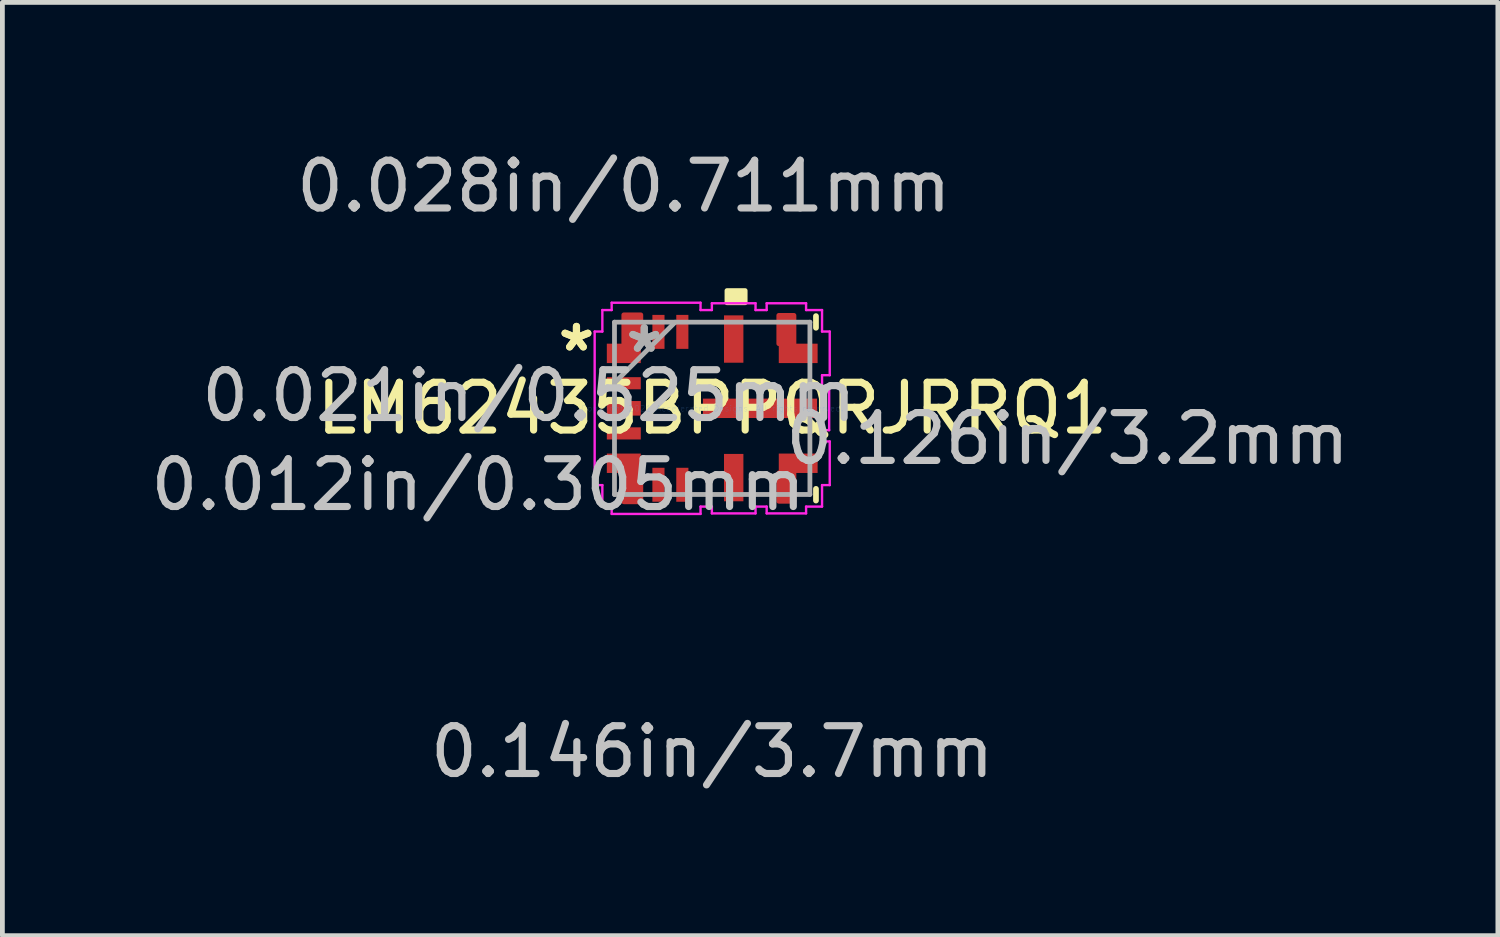
<source format=kicad_pcb>
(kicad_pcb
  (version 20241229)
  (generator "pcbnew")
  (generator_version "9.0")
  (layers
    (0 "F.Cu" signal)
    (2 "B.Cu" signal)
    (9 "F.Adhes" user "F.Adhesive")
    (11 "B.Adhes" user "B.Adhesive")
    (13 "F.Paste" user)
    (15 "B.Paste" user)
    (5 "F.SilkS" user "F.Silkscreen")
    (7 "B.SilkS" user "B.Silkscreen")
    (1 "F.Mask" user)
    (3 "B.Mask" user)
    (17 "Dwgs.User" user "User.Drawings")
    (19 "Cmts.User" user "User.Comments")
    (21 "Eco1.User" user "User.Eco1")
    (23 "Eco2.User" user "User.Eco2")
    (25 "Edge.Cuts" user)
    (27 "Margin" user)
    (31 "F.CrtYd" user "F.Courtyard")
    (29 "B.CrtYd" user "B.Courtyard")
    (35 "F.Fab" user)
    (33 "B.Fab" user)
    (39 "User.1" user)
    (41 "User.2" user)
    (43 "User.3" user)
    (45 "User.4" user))
  (footprint "LM62435BPPQRJRRQ1"
    (layer "F.Cu")
    (at 11.856 5.496)
    (property "Reference" "LM62435BPPQRJRRQ1" (at 0 0 0) (layer "F.SilkS") (effects (font (size 1 1) (thickness 0.15))))
    (attr through_hole)
    (fp_poly (pts (xy -1.494 -1.353) (xy -1.494 -1.956) (xy -1.85 -1.956) (xy -1.85 -1.353)) (stroke (width 0.1) (type solid)) (fill yes) (layer "F.Cu"))
    (fp_poly (pts (xy -1.494 1.353) (xy -1.494 1.956) (xy -1.85 1.956) (xy -1.85 1.353)) (stroke (width 0.1) (type solid)) (fill yes) (layer "F.Cu"))
    (fp_poly (pts (xy 1.394 -1.353) (xy 1.394 -1.945) (xy 1.711 -1.945) (xy 1.711 -1.353)) (stroke (width 0.1) (type solid)) (fill yes) (layer "F.Cu"))
    (fp_poly (pts (xy 1.394 1.353) (xy 1.394 1.945) (xy 1.711 1.945) (xy 1.711 1.353)) (stroke (width 0.1) (type solid)) (fill yes) (layer "F.Cu"))
    (fp_poly (pts (xy -1.494 -1.353) (xy -1.494 -1.956) (xy -1.85 -1.956) (xy -1.85 -1.353)) (stroke (width 0.1) (type solid)) (fill yes) (layer "F.Mask"))
    (fp_poly (pts (xy -1.494 1.353) (xy -1.494 1.956) (xy -1.85 1.956) (xy -1.85 1.353)) (stroke (width 0.1) (type solid)) (fill yes) (layer "F.Mask"))
    (fp_poly (pts (xy 1.394 -1.353) (xy 1.394 -1.945) (xy 1.711 -1.945) (xy 1.711 -1.353)) (stroke (width 0.1) (type solid)) (fill yes) (layer "F.Mask"))
    (fp_poly (pts (xy 1.394 1.353) (xy 1.394 1.945) (xy 1.711 1.945) (xy 1.711 1.353)) (stroke (width 0.1) (type solid)) (fill yes) (layer "F.Mask"))
    (fp_line (start 2.172 -1.93) (end 2.172 -1.686) (stroke (width 0.12) (type solid)) (layer "F.SilkS"))
    (fp_line (start 2.172 1.686) (end 2.172 1.93) (stroke (width 0.12) (type solid)) (layer "F.SilkS"))
    (fp_poly (pts (xy 0.309 -2.21) (xy 0.309 -2.464) (xy 0.69 -2.464) (xy 0.69 -2.21)) (stroke (width 0.1) (type solid)) (fill yes) (layer "F.SilkS"))
    (fp_poly (pts (xy -1.494 -1.353) (xy -1.494 -1.956) (xy -1.85 -1.956) (xy -1.85 -1.353)) (stroke (width 0.1) (type solid)) (fill yes) (layer "F.Paste"))
    (fp_poly (pts (xy -1.494 1.353) (xy -1.494 1.956) (xy -1.85 1.956) (xy -1.85 1.353)) (stroke (width 0.1) (type solid)) (fill yes) (layer "F.Paste"))
    (fp_poly (pts (xy 1.394 -1.353) (xy 1.394 -1.945) (xy 1.711 -1.945) (xy 1.711 -1.353)) (stroke (width 0.1) (type solid)) (fill yes) (layer "F.Paste"))
    (fp_poly (pts (xy 1.394 1.353) (xy 1.394 1.945) (xy 1.711 1.945) (xy 1.711 1.353)) (stroke (width 0.1) (type solid)) (fill yes) (layer "F.Paste"))
    (fp_line (start -2.46 -1.607) (end -2.46 1.607) (stroke (width 0.05) (type solid)) (layer "F.CrtYd"))
    (fp_line (start -2.46 1.607) (end -2.299 1.607) (stroke (width 0.05) (type solid)) (layer "F.CrtYd"))
    (fp_line (start -2.299 -2.057) (end -2.299 -1.607) (stroke (width 0.05) (type solid)) (layer "F.CrtYd"))
    (fp_line (start -2.299 -1.607) (end -2.46 -1.607) (stroke (width 0.05) (type solid)) (layer "F.CrtYd"))
    (fp_line (start -2.299 1.607) (end -2.299 2.057) (stroke (width 0.05) (type solid)) (layer "F.CrtYd"))
    (fp_line (start -2.299 2.057) (end -2.104 2.057) (stroke (width 0.05) (type solid)) (layer "F.CrtYd"))
    (fp_line (start -2.104 -2.21) (end -2.104 -2.057) (stroke (width 0.05) (type solid)) (layer "F.CrtYd"))
    (fp_line (start -2.104 -2.057) (end -2.299 -2.057) (stroke (width 0.05) (type solid)) (layer "F.CrtYd"))
    (fp_line (start -2.104 2.057) (end -2.104 2.21) (stroke (width 0.05) (type solid)) (layer "F.CrtYd"))
    (fp_line (start -2.104 2.21) (end -0.244 2.21) (stroke (width 0.05) (type solid)) (layer "F.CrtYd"))
    (fp_line (start -0.244 -2.21) (end -2.104 -2.21) (stroke (width 0.05) (type solid)) (layer "F.CrtYd"))
    (fp_line (start -0.244 -2.057) (end -0.244 -2.21) (stroke (width 0.05) (type solid)) (layer "F.CrtYd"))
    (fp_line (start -0.244 2.057) (end -0.007 2.057) (stroke (width 0.05) (type solid)) (layer "F.CrtYd"))
    (fp_line (start -0.244 2.21) (end -0.244 2.057) (stroke (width 0.05) (type solid)) (layer "F.CrtYd"))
    (fp_line (start -0.007 -2.199) (end -0.007 -2.057) (stroke (width 0.05) (type solid)) (layer "F.CrtYd"))
    (fp_line (start -0.007 -2.057) (end -0.244 -2.057) (stroke (width 0.05) (type solid)) (layer "F.CrtYd"))
    (fp_line (start -0.007 2.057) (end -0.007 2.199) (stroke (width 0.05) (type solid)) (layer "F.CrtYd"))
    (fp_line (start -0.007 2.199) (end 0.907 2.199) (stroke (width 0.05) (type solid)) (layer "F.CrtYd"))
    (fp_line (start 0.907 -2.199) (end -0.007 -2.199) (stroke (width 0.05) (type solid)) (layer "F.CrtYd"))
    (fp_line (start 0.907 -2.057) (end 0.907 -2.199) (stroke (width 0.05) (type solid)) (layer "F.CrtYd"))
    (fp_line (start 0.907 2.057) (end 1.14 2.057) (stroke (width 0.05) (type solid)) (layer "F.CrtYd"))
    (fp_line (start 0.907 2.199) (end 0.907 2.057) (stroke (width 0.05) (type solid)) (layer "F.CrtYd"))
    (fp_line (start 1.14 -2.199) (end 1.14 -2.057) (stroke (width 0.05) (type solid)) (layer "F.CrtYd"))
    (fp_line (start 1.14 -2.057) (end 0.907 -2.057) (stroke (width 0.05) (type solid)) (layer "F.CrtYd"))
    (fp_line (start 1.14 2.057) (end 1.14 2.199) (stroke (width 0.05) (type solid)) (layer "F.CrtYd"))
    (fp_line (start 1.14 2.199) (end 1.965 2.199) (stroke (width 0.05) (type solid)) (layer "F.CrtYd"))
    (fp_line (start 1.965 -2.199) (end 1.14 -2.199) (stroke (width 0.05) (type solid)) (layer "F.CrtYd"))
    (fp_line (start 1.965 -2.057) (end 1.965 -2.199) (stroke (width 0.05) (type solid)) (layer "F.CrtYd"))
    (fp_line (start 1.965 2.057) (end 2.299 2.057) (stroke (width 0.05) (type solid)) (layer "F.CrtYd"))
    (fp_line (start 1.965 2.199) (end 1.965 2.057) (stroke (width 0.05) (type solid)) (layer "F.CrtYd"))
    (fp_line (start 2.299 -2.057) (end 1.965 -2.057) (stroke (width 0.05) (type solid)) (layer "F.CrtYd"))
    (fp_line (start 2.299 -1.607) (end 2.299 -2.057) (stroke (width 0.05) (type solid)) (layer "F.CrtYd"))
    (fp_line (start 2.299 -0.693) (end 2.46 -0.693) (stroke (width 0.05) (type solid)) (layer "F.CrtYd"))
    (fp_line (start 2.299 -0.457) (end 2.299 -0.693) (stroke (width 0.05) (type solid)) (layer "F.CrtYd"))
    (fp_line (start 2.299 0.457) (end 2.448 0.457) (stroke (width 0.05) (type solid)) (layer "F.CrtYd"))
    (fp_line (start 2.299 0.693) (end 2.299 0.457) (stroke (width 0.05) (type solid)) (layer "F.CrtYd"))
    (fp_line (start 2.299 1.607) (end 2.46 1.607) (stroke (width 0.05) (type solid)) (layer "F.CrtYd"))
    (fp_line (start 2.299 2.057) (end 2.299 1.607) (stroke (width 0.05) (type solid)) (layer "F.CrtYd"))
    (fp_line (start 2.448 -0.457) (end 2.299 -0.457) (stroke (width 0.05) (type solid)) (layer "F.CrtYd"))
    (fp_line (start 2.448 0.457) (end 2.448 -0.457) (stroke (width 0.05) (type solid)) (layer "F.CrtYd"))
    (fp_line (start 2.46 -1.607) (end 2.299 -1.607) (stroke (width 0.05) (type solid)) (layer "F.CrtYd"))
    (fp_line (start 2.46 -0.693) (end 2.46 -1.607) (stroke (width 0.05) (type solid)) (layer "F.CrtYd"))
    (fp_line (start 2.46 0.693) (end 2.299 0.693) (stroke (width 0.05) (type solid)) (layer "F.CrtYd"))
    (fp_line (start 2.46 1.607) (end 2.46 0.693) (stroke (width 0.05) (type solid)) (layer "F.CrtYd"))
    (fp_line (start -2.045 -1.803) (end -2.045 1.803) (stroke (width 0.1) (type solid)) (layer "F.Fab"))
    (fp_line (start -2.045 -0.533) (end -0.775 -1.803) (stroke (width 0.1) (type solid)) (layer "F.Fab"))
    (fp_line (start -2.045 1.803) (end 2.045 1.803) (stroke (width 0.1) (type solid)) (layer "F.Fab"))
    (fp_line (start 2.045 -1.803) (end -2.045 -1.803) (stroke (width 0.1) (type solid)) (layer "F.Fab"))
    (fp_line (start 2.045 1.803) (end 2.045 -1.803) (stroke (width 0.1) (type solid)) (layer "F.Fab"))
    (fp_text user "*" (at -2.841 -1.169 0) (layer "F.SilkS") (effects (font (size 1 1) (thickness 0.15))))
    (fp_text user "*" (at -2.841 -1.169 0) (layer "F.SilkS") (effects (font (size 1 1) (thickness 0.15))))
    (fp_text user "0.021in/0.525mm" (at -3.834 -0.263 0) (layer "Dwgs.User") (effects (font (size 1 1) (thickness 0.15))))
    (fp_text user "0.146in/3.7mm" (at 0 7.188 0) (layer "Dwgs.User") (effects (font (size 1 1) (thickness 0.15))))
    (fp_text user "0.012in/0.305mm" (at -4.898 1.6 0) (layer "Dwgs.User") (effects (font (size 1 1) (thickness 0.15))))
    (fp_text user "0.028in/0.711mm" (at -1.85 -4.648 0) (layer "Dwgs.User") (effects (font (size 1 1) (thickness 0.15))))
    (fp_text user "0.126in/3.2mm" (at 7.438 0.635 0) (layer "Dwgs.User") (effects (font (size 1 1) (thickness 0.15))))
    (fp_text user "Copyright 2021 Accelerated Designs. All rights reserved." (at 0 0 0) (layer "Cmts.User") (effects (font (size 0.127 0.127) (thickness 0.002))))
    (fp_text user "*" (at -1.422 -1.143 0) (layer "F.Fab") (effects (font (size 1 1) (thickness 0.15))))
    (fp_text user "*" (at -1.422 -1.143 0) (layer "F.Fab") (effects (font (size 1 1) (thickness 0.15))))
    (pad "1" smd rect (at -1.85 -1.15 90) (size 0.406 0.711) (layers "F.Cu" "F.Mask" "F.Paste"))
    (pad "2" smd rect (at -1.85 -0.525 90) (size 0.254 0.711) (layers "F.Cu" "F.Mask" "F.Paste"))
    (pad "3" smd rect (at -1.85 0 90) (size 0.305 0.711) (layers "F.Cu" "F.Mask" "F.Paste"))
    (pad "4" smd rect (at -1.85 0.525 90) (size 0.254 0.711) (layers "F.Cu" "F.Mask" "F.Paste"))
    (pad "5" smd rect (at -1.85 1.15 90) (size 0.406 0.711) (layers "F.Cu" "F.Mask" "F.Paste"))
    (pad "6" smd rect (at -1.125 1.6) (size 0.254 0.711) (layers "F.Cu" "F.Mask" "F.Paste"))
    (pad "7" smd rect (at -0.625 1.6) (size 0.254 0.711) (layers "F.Cu" "F.Mask" "F.Paste"))
    (pad "8" smd rect (at 0.45 1.45) (size 0.406 0.991) (layers "F.Cu" "F.Mask" "F.Paste"))
    (pad "9" smd rect (at 1.8 1.15 90) (size 0.406 0.813) (layers "F.Cu" "F.Mask" "F.Paste"))
    (pad "10" smd rect (at 1 0 90) (size 0.406 2.388) (layers "F.Cu" "F.Mask" "F.Paste"))
    (pad "11" smd rect (at 1.8 -1.15 90) (size 0.406 0.813) (layers "F.Cu" "F.Mask" "F.Paste"))
    (pad "12" smd rect (at 0.45 -1.45) (size 0.406 0.991) (layers "F.Cu" "F.Mask" "F.Paste"))
    (pad "13" smd rect (at -0.625 -1.6) (size 0.254 0.711) (layers "F.Cu" "F.Mask" "F.Paste"))
    (pad "14" smd rect (at -1.125 -1.6) (size 0.254 0.711) (layers "F.Cu" "F.Mask" "F.Paste")))
  (gr_rect
    (start -3 -3)
    (end 28.3 16.533)
    (stroke (width 0.1) (type default))
    (fill no)
    (layer "Edge.Cuts")))
</source>
